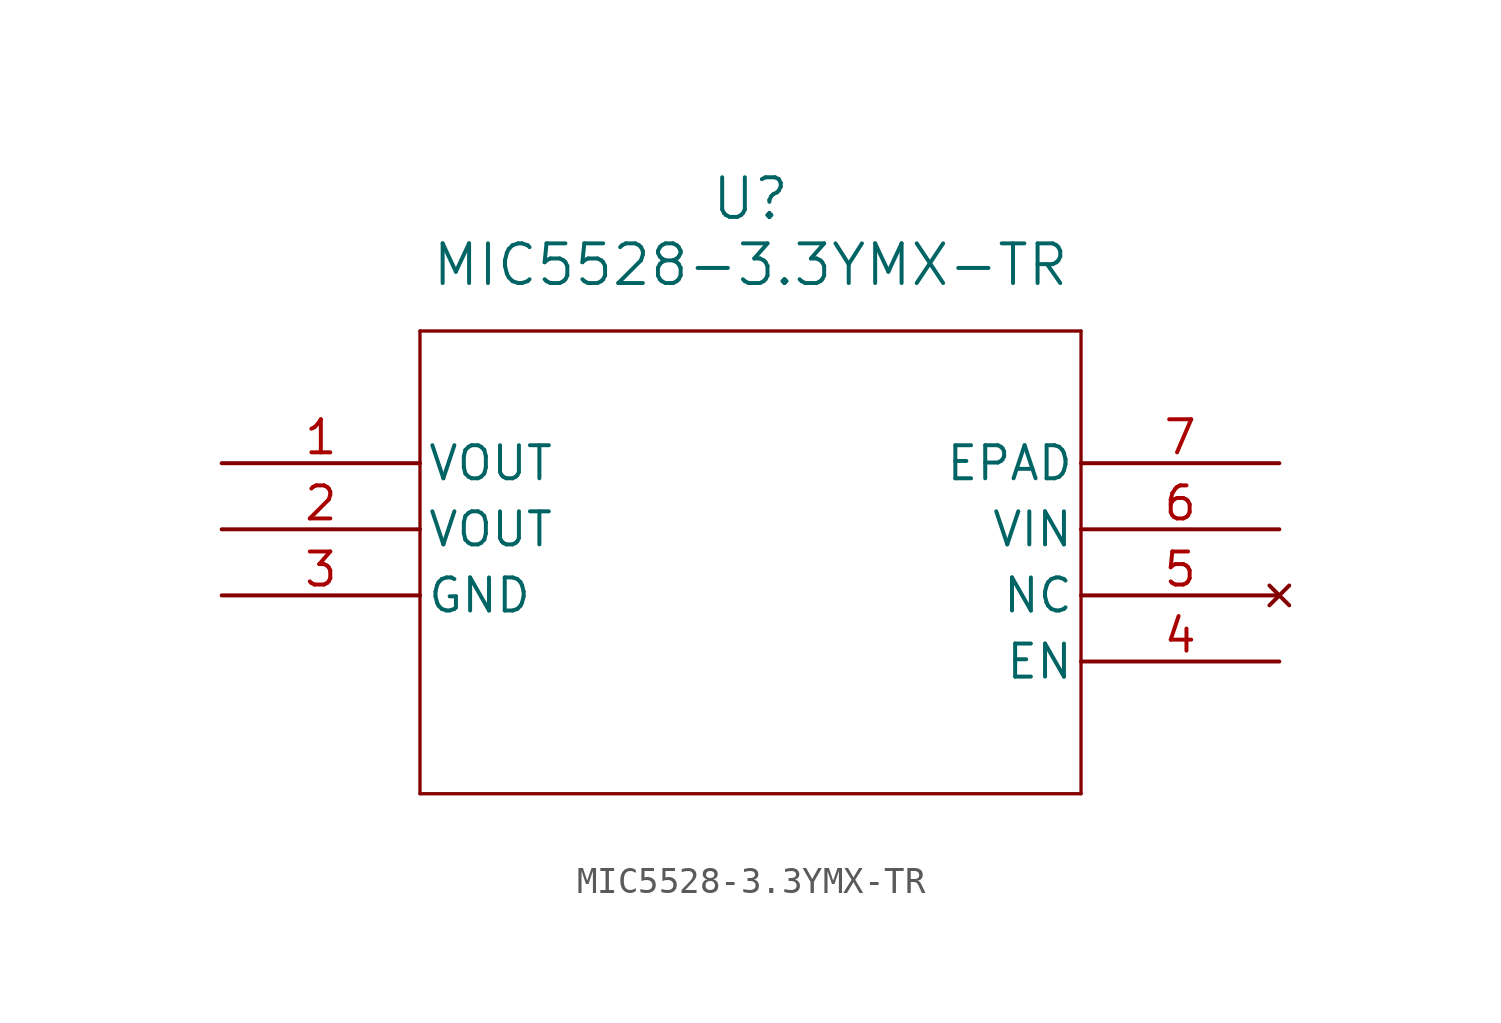
<source format=kicad_sym>
(kicad_symbol_lib
  (version 20211014)
  (generator kicad_symbol_editor)
  (symbol "MIC5528-3.3YMX-TR"
    (pin_names
      (offset 0.254))
    (property "Reference" "U"
      (at 20.32 10.16 0)
      (effects (font (size 1.524 1.524))))
    (property "Value" "MIC5528-3.3YMX-TR"
      (at 20.32 7.62 0)
      (effects (font (size 1.524 1.524))))
    (symbol "MIC5528-3.3YMX-TR_0_1"
      (polyline (pts (xy 7.62 5.08) (xy 7.62 -12.7)) (stroke (width 0.127) (type default) (color 0 0 0 0)) (fill (type none)))
      (polyline (pts (xy 7.62 -12.7) (xy 33.02 -12.7)) (stroke (width 0.127) (type default) (color 0 0 0 0)) (fill (type none)))
      (polyline (pts (xy 33.02 -12.7) (xy 33.02 5.08)) (stroke (width 0.127) (type default) (color 0 0 0 0)) (fill (type none)))
      (polyline (pts (xy 33.02 5.08) (xy 7.62 5.08)) (stroke (width 0.127) (type default) (color 0 0 0 0)) (fill (type none)))
      (pin output line (at 0 0 0) (length 7.62) (name "VOUT" (effects (font (size 1.27 1.27)))) (number "1" (effects (font (size 1.27 1.27)))))
      (pin output line (at 0 -2.54 0) (length 7.62) (name "VOUT" (effects (font (size 1.27 1.27)))) (number "2" (effects (font (size 1.27 1.27)))))
      (pin power_in line (at 0 -5.08 0) (length 7.62) (name "GND" (effects (font (size 1.27 1.27)))) (number "3" (effects (font (size 1.27 1.27)))))
      (pin input line (at 40.64 -7.62 180) (length 7.62) (name "EN" (effects (font (size 1.27 1.27)))) (number "4" (effects (font (size 1.27 1.27)))))
      (pin no_connect line (at 40.64 -5.08 180) (length 7.62) (name "NC" (effects (font (size 1.27 1.27)))) (number "5" (effects (font (size 1.27 1.27)))))
      (pin input line (at 40.64 -2.54 180) (length 7.62) (name "VIN" (effects (font (size 1.27 1.27)))) (number "6" (effects (font (size 1.27 1.27)))))
      (pin unspecified line (at 40.64 0 180) (length 7.62) (name "EPAD" (effects (font (size 1.27 1.27)))) (number "7" (effects (font (size 1.27 1.27))))))))
</source>
